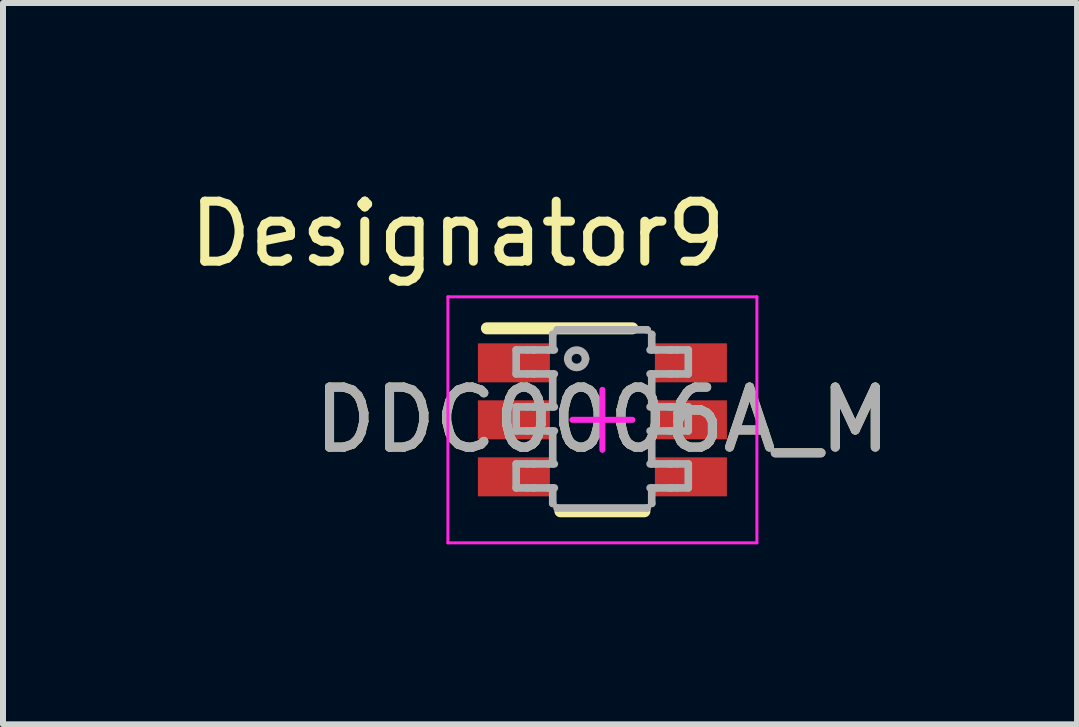
<source format=kicad_pcb>
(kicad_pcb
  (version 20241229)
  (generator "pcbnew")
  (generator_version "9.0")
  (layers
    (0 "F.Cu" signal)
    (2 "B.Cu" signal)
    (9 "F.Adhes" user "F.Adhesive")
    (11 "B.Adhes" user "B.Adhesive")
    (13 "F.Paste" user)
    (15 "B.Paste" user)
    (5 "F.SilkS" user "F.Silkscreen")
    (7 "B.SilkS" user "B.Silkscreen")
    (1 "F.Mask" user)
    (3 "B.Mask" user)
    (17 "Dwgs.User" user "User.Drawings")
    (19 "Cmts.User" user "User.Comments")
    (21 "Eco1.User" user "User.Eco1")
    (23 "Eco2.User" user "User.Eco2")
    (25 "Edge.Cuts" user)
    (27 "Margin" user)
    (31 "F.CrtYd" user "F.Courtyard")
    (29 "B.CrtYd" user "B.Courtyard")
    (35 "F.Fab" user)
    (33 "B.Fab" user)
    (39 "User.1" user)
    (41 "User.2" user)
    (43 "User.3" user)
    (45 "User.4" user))
  (footprint "DDC0006A_M"
    (layer "F.Cu")
    (at 6.99 3.947)
    (property "Reference" "DDC0006A_M" (at 0 0 0) (unlocked yes) (layer "F.SilkS") (effects (font (size 1 1) (thickness 0.15))))
    (attr smd)
    (fp_line (start -1.925 -1.525) (end 0.5 -1.525) (stroke (width 0.2) (type solid)) (layer "F.SilkS"))
    (fp_line (start -0.7 1.524) (end 0.7 1.524) (stroke (width 0.2) (type solid)) (layer "F.SilkS"))
    (fp_line (start -2.575 -2.05) (end 2.575 -2.05) (stroke (width 0.05) (type solid)) (layer "F.CrtYd"))
    (fp_line (start -2.575 2.05) (end -2.575 -2.05) (stroke (width 0.05) (type solid)) (layer "F.CrtYd"))
    (fp_line (start -2.575 2.05) (end 2.575 2.05) (stroke (width 0.05) (type solid)) (layer "F.CrtYd"))
    (fp_line (start -0.5 0) (end 0.5 0) (stroke (width 0.1) (type solid)) (layer "F.CrtYd"))
    (fp_line (start 0 0.5) (end 0 -0.5) (stroke (width 0.1) (type solid)) (layer "F.CrtYd"))
    (fp_line (start 2.575 2.05) (end 2.575 -2.05) (stroke (width 0.05) (type solid)) (layer "F.CrtYd"))
    (fp_line (start -1.437 -1.165) (end -1.251 -1.165) (stroke (width 0.127) (type solid)) (layer "F.Fab"))
    (fp_line (start -1.437 -0.765) (end -1.437 -1.165) (stroke (width 0.127) (type solid)) (layer "F.Fab"))
    (fp_line (start -1.437 -0.765) (end -1.251 -0.765) (stroke (width 0.127) (type solid)) (layer "F.Fab"))
    (fp_line (start -1.437 -0.215) (end -1.251 -0.215) (stroke (width 0.127) (type solid)) (layer "F.Fab"))
    (fp_line (start -1.437 0.185) (end -1.437 -0.215) (stroke (width 0.127) (type solid)) (layer "F.Fab"))
    (fp_line (start -1.437 0.185) (end -1.251 0.185) (stroke (width 0.127) (type solid)) (layer "F.Fab"))
    (fp_line (start -1.437 0.735) (end -1.251 0.735) (stroke (width 0.127) (type solid)) (layer "F.Fab"))
    (fp_line (start -1.437 1.135) (end -1.437 0.735) (stroke (width 0.127) (type solid)) (layer "F.Fab"))
    (fp_line (start -1.437 1.135) (end -1.251 1.135) (stroke (width 0.127) (type solid)) (layer "F.Fab"))
    (fp_line (start -1.251 -1.165) (end -1.159 -1.165) (stroke (width 0.127) (type solid)) (layer "F.Fab"))
    (fp_line (start -1.251 -0.765) (end -1.159 -0.765) (stroke (width 0.127) (type solid)) (layer "F.Fab"))
    (fp_line (start -1.251 -0.215) (end -1.159 -0.215) (stroke (width 0.127) (type solid)) (layer "F.Fab"))
    (fp_line (start -1.251 0.185) (end -1.159 0.185) (stroke (width 0.127) (type solid)) (layer "F.Fab"))
    (fp_line (start -1.251 0.735) (end -1.159 0.735) (stroke (width 0.127) (type solid)) (layer "F.Fab"))
    (fp_line (start -1.251 1.135) (end -1.159 1.135) (stroke (width 0.127) (type solid)) (layer "F.Fab"))
    (fp_line (start -1.159 -1.165) (end -1.128 -1.165) (stroke (width 0.127) (type solid)) (layer "F.Fab"))
    (fp_line (start -1.159 -0.765) (end -1.128 -0.765) (stroke (width 0.127) (type solid)) (layer "F.Fab"))
    (fp_line (start -1.159 -0.215) (end -1.128 -0.215) (stroke (width 0.127) (type solid)) (layer "F.Fab"))
    (fp_line (start -1.159 0.185) (end -1.128 0.185) (stroke (width 0.127) (type solid)) (layer "F.Fab"))
    (fp_line (start -1.159 0.735) (end -1.128 0.735) (stroke (width 0.127) (type solid)) (layer "F.Fab"))
    (fp_line (start -1.159 1.135) (end -1.128 1.135) (stroke (width 0.127) (type solid)) (layer "F.Fab"))
    (fp_line (start -1.128 -1.165) (end -0.903 -1.165) (stroke (width 0.127) (type solid)) (layer "F.Fab"))
    (fp_line (start -1.128 -0.765) (end -0.903 -0.765) (stroke (width 0.127) (type solid)) (layer "F.Fab"))
    (fp_line (start -1.128 -0.215) (end -0.903 -0.215) (stroke (width 0.127) (type solid)) (layer "F.Fab"))
    (fp_line (start -1.128 0.185) (end -0.903 0.185) (stroke (width 0.127) (type solid)) (layer "F.Fab"))
    (fp_line (start -1.128 0.735) (end -0.903 0.735) (stroke (width 0.127) (type solid)) (layer "F.Fab"))
    (fp_line (start -1.128 1.135) (end -0.903 1.135) (stroke (width 0.127) (type solid)) (layer "F.Fab"))
    (fp_line (start -0.903 -1.165) (end -0.801 -1.165) (stroke (width 0.127) (type solid)) (layer "F.Fab"))
    (fp_line (start -0.903 -0.765) (end -0.801 -0.765) (stroke (width 0.127) (type solid)) (layer "F.Fab"))
    (fp_line (start -0.903 -0.215) (end -0.801 -0.215) (stroke (width 0.127) (type solid)) (layer "F.Fab"))
    (fp_line (start -0.903 0.185) (end -0.801 0.185) (stroke (width 0.127) (type solid)) (layer "F.Fab"))
    (fp_line (start -0.903 0.735) (end -0.801 0.735) (stroke (width 0.127) (type solid)) (layer "F.Fab"))
    (fp_line (start -0.903 1.135) (end -0.801 1.135) (stroke (width 0.127) (type solid)) (layer "F.Fab"))
    (fp_line (start -0.828 -1.422) (end -0.828 -1.426) (stroke (width 0.127) (type solid)) (layer "F.Fab"))
    (fp_line (start -0.828 -1.165) (end -0.828 -1.422) (stroke (width 0.127) (type solid)) (layer "F.Fab"))
    (fp_line (start -0.828 -0.215) (end -0.828 -0.765) (stroke (width 0.127) (type solid)) (layer "F.Fab"))
    (fp_line (start -0.828 0.735) (end -0.828 0.185) (stroke (width 0.127) (type solid)) (layer "F.Fab"))
    (fp_line (start -0.828 1.392) (end -0.828 1.135) (stroke (width 0.127) (type solid)) (layer "F.Fab"))
    (fp_line (start -0.828 1.395) (end -0.828 1.392) (stroke (width 0.127) (type solid)) (layer "F.Fab"))
    (fp_line (start -0.754 -1.5) (end -0.75 -1.5) (stroke (width 0.127) (type solid)) (layer "F.Fab"))
    (fp_line (start -0.754 1.47) (end -0.75 1.47) (stroke (width 0.127) (type solid)) (layer "F.Fab"))
    (fp_line (start -0.75 -1.5) (end 0.743 -1.5) (stroke (width 0.127) (type solid)) (layer "F.Fab"))
    (fp_line (start -0.75 1.47) (end 0.743 1.47) (stroke (width 0.127) (type solid)) (layer "F.Fab"))
    (fp_line (start 0.743 -1.5) (end 0.747 -1.5) (stroke (width 0.127) (type solid)) (layer "F.Fab"))
    (fp_line (start 0.743 1.47) (end 0.747 1.47) (stroke (width 0.127) (type solid)) (layer "F.Fab"))
    (fp_line (start 0.795 -1.165) (end 0.896 -1.165) (stroke (width 0.127) (type solid)) (layer "F.Fab"))
    (fp_line (start 0.795 -0.765) (end 0.896 -0.765) (stroke (width 0.127) (type solid)) (layer "F.Fab"))
    (fp_line (start 0.795 -0.215) (end 0.896 -0.215) (stroke (width 0.127) (type solid)) (layer "F.Fab"))
    (fp_line (start 0.795 0.185) (end 0.896 0.185) (stroke (width 0.127) (type solid)) (layer "F.Fab"))
    (fp_line (start 0.795 0.735) (end 0.896 0.735) (stroke (width 0.127) (type solid)) (layer "F.Fab"))
    (fp_line (start 0.795 1.135) (end 0.896 1.135) (stroke (width 0.127) (type solid)) (layer "F.Fab"))
    (fp_line (start 0.822 -1.422) (end 0.822 -1.426) (stroke (width 0.127) (type solid)) (layer "F.Fab"))
    (fp_line (start 0.822 -1.165) (end 0.822 -1.422) (stroke (width 0.127) (type solid)) (layer "F.Fab"))
    (fp_line (start 0.822 -0.215) (end 0.822 -0.765) (stroke (width 0.127) (type solid)) (layer "F.Fab"))
    (fp_line (start 0.822 0.735) (end 0.822 0.185) (stroke (width 0.127) (type solid)) (layer "F.Fab"))
    (fp_line (start 0.822 1.392) (end 0.822 1.135) (stroke (width 0.127) (type solid)) (layer "F.Fab"))
    (fp_line (start 0.822 1.395) (end 0.822 1.392) (stroke (width 0.127) (type solid)) (layer "F.Fab"))
    (fp_line (start 0.896 -1.165) (end 1.122 -1.165) (stroke (width 0.127) (type solid)) (layer "F.Fab"))
    (fp_line (start 0.896 -0.765) (end 1.122 -0.765) (stroke (width 0.127) (type solid)) (layer "F.Fab"))
    (fp_line (start 0.896 -0.215) (end 1.122 -0.215) (stroke (width 0.127) (type solid)) (layer "F.Fab"))
    (fp_line (start 0.896 0.185) (end 1.122 0.185) (stroke (width 0.127) (type solid)) (layer "F.Fab"))
    (fp_line (start 0.896 0.735) (end 1.122 0.735) (stroke (width 0.127) (type solid)) (layer "F.Fab"))
    (fp_line (start 0.896 1.135) (end 1.122 1.135) (stroke (width 0.127) (type solid)) (layer "F.Fab"))
    (fp_line (start 1.122 -1.165) (end 1.152 -1.165) (stroke (width 0.127) (type solid)) (layer "F.Fab"))
    (fp_line (start 1.122 -0.765) (end 1.152 -0.765) (stroke (width 0.127) (type solid)) (layer "F.Fab"))
    (fp_line (start 1.122 -0.215) (end 1.152 -0.215) (stroke (width 0.127) (type solid)) (layer "F.Fab"))
    (fp_line (start 1.122 0.185) (end 1.152 0.185) (stroke (width 0.127) (type solid)) (layer "F.Fab"))
    (fp_line (start 1.122 0.735) (end 1.152 0.735) (stroke (width 0.127) (type solid)) (layer "F.Fab"))
    (fp_line (start 1.122 1.135) (end 1.152 1.135) (stroke (width 0.127) (type solid)) (layer "F.Fab"))
    (fp_line (start 1.152 -1.165) (end 1.245 -1.165) (stroke (width 0.127) (type solid)) (layer "F.Fab"))
    (fp_line (start 1.152 -0.765) (end 1.245 -0.765) (stroke (width 0.127) (type solid)) (layer "F.Fab"))
    (fp_line (start 1.152 -0.215) (end 1.245 -0.215) (stroke (width 0.127) (type solid)) (layer "F.Fab"))
    (fp_line (start 1.152 0.185) (end 1.245 0.185) (stroke (width 0.127) (type solid)) (layer "F.Fab"))
    (fp_line (start 1.152 0.735) (end 1.245 0.735) (stroke (width 0.127) (type solid)) (layer "F.Fab"))
    (fp_line (start 1.152 1.135) (end 1.245 1.135) (stroke (width 0.127) (type solid)) (layer "F.Fab"))
    (fp_line (start 1.245 -1.165) (end 1.431 -1.165) (stroke (width 0.127) (type solid)) (layer "F.Fab"))
    (fp_line (start 1.245 -0.765) (end 1.431 -0.765) (stroke (width 0.127) (type solid)) (layer "F.Fab"))
    (fp_line (start 1.245 -0.215) (end 1.431 -0.215) (stroke (width 0.127) (type solid)) (layer "F.Fab"))
    (fp_line (start 1.245 0.185) (end 1.431 0.185) (stroke (width 0.127) (type solid)) (layer "F.Fab"))
    (fp_line (start 1.245 0.735) (end 1.431 0.735) (stroke (width 0.127) (type solid)) (layer "F.Fab"))
    (fp_line (start 1.245 1.135) (end 1.431 1.135) (stroke (width 0.127) (type solid)) (layer "F.Fab"))
    (fp_line (start 1.431 -0.765) (end 1.431 -1.165) (stroke (width 0.127) (type solid)) (layer "F.Fab"))
    (fp_line (start 1.431 0.185) (end 1.431 -0.215) (stroke (width 0.127) (type solid)) (layer "F.Fab"))
    (fp_line (start 1.431 1.135) (end 1.431 0.735) (stroke (width 0.127) (type solid)) (layer "F.Fab"))
    (fp_arc (start -0.578322 -1.017679) (mid -0.429542 -1.166459) (end -0.280761 -1.017679) (stroke (width 0.127) (type solid)) (layer "F.Fab"))
    (fp_arc (start -0.280761 -1.017679) (mid -0.429542 -0.868898) (end -0.578322 -1.017679) (stroke (width 0.127) (type solid)) (layer "F.Fab"))
    (fp_text user "Designator9" (at -2.413 -3.099 0) (unlocked yes) (layer "F.SilkS") (effects (font (size 1 1) (thickness 0.15))))
    (fp_text user "${REFERENCE}" (at 0 0 0) (unlocked yes) (layer "F.Fab") (effects (font (size 1 1) (thickness 0.15))))
    (pad "1" smd rect (at -1.475 -0.95 90) (size 0.65 1.2) (layers "F.Cu" "F.Mask" "F.Paste"))
    (pad "2" smd rect (at -1.475 0 90) (size 0.65 1.2) (layers "F.Cu" "F.Mask" "F.Paste"))
    (pad "3" smd rect (at -1.475 0.95 90) (size 0.65 1.2) (layers "F.Cu" "F.Mask" "F.Paste"))
    (pad "4" smd rect (at 1.475 0.95 90) (size 0.65 1.2) (layers "F.Cu" "F.Mask" "F.Paste"))
    (pad "5" smd rect (at 1.475 0 90) (size 0.65 1.2) (layers "F.Cu" "F.Mask" "F.Paste"))
    (pad "6" smd rect (at 1.475 -0.95 90) (size 0.65 1.2) (layers "F.Cu" "F.Mask" "F.Paste")))
  (gr_rect
    (start -3 -3)
    (end 14.901 9.022)
    (stroke (width 0.1) (type default))
    (fill no)
    (layer "Edge.Cuts")))
</source>
